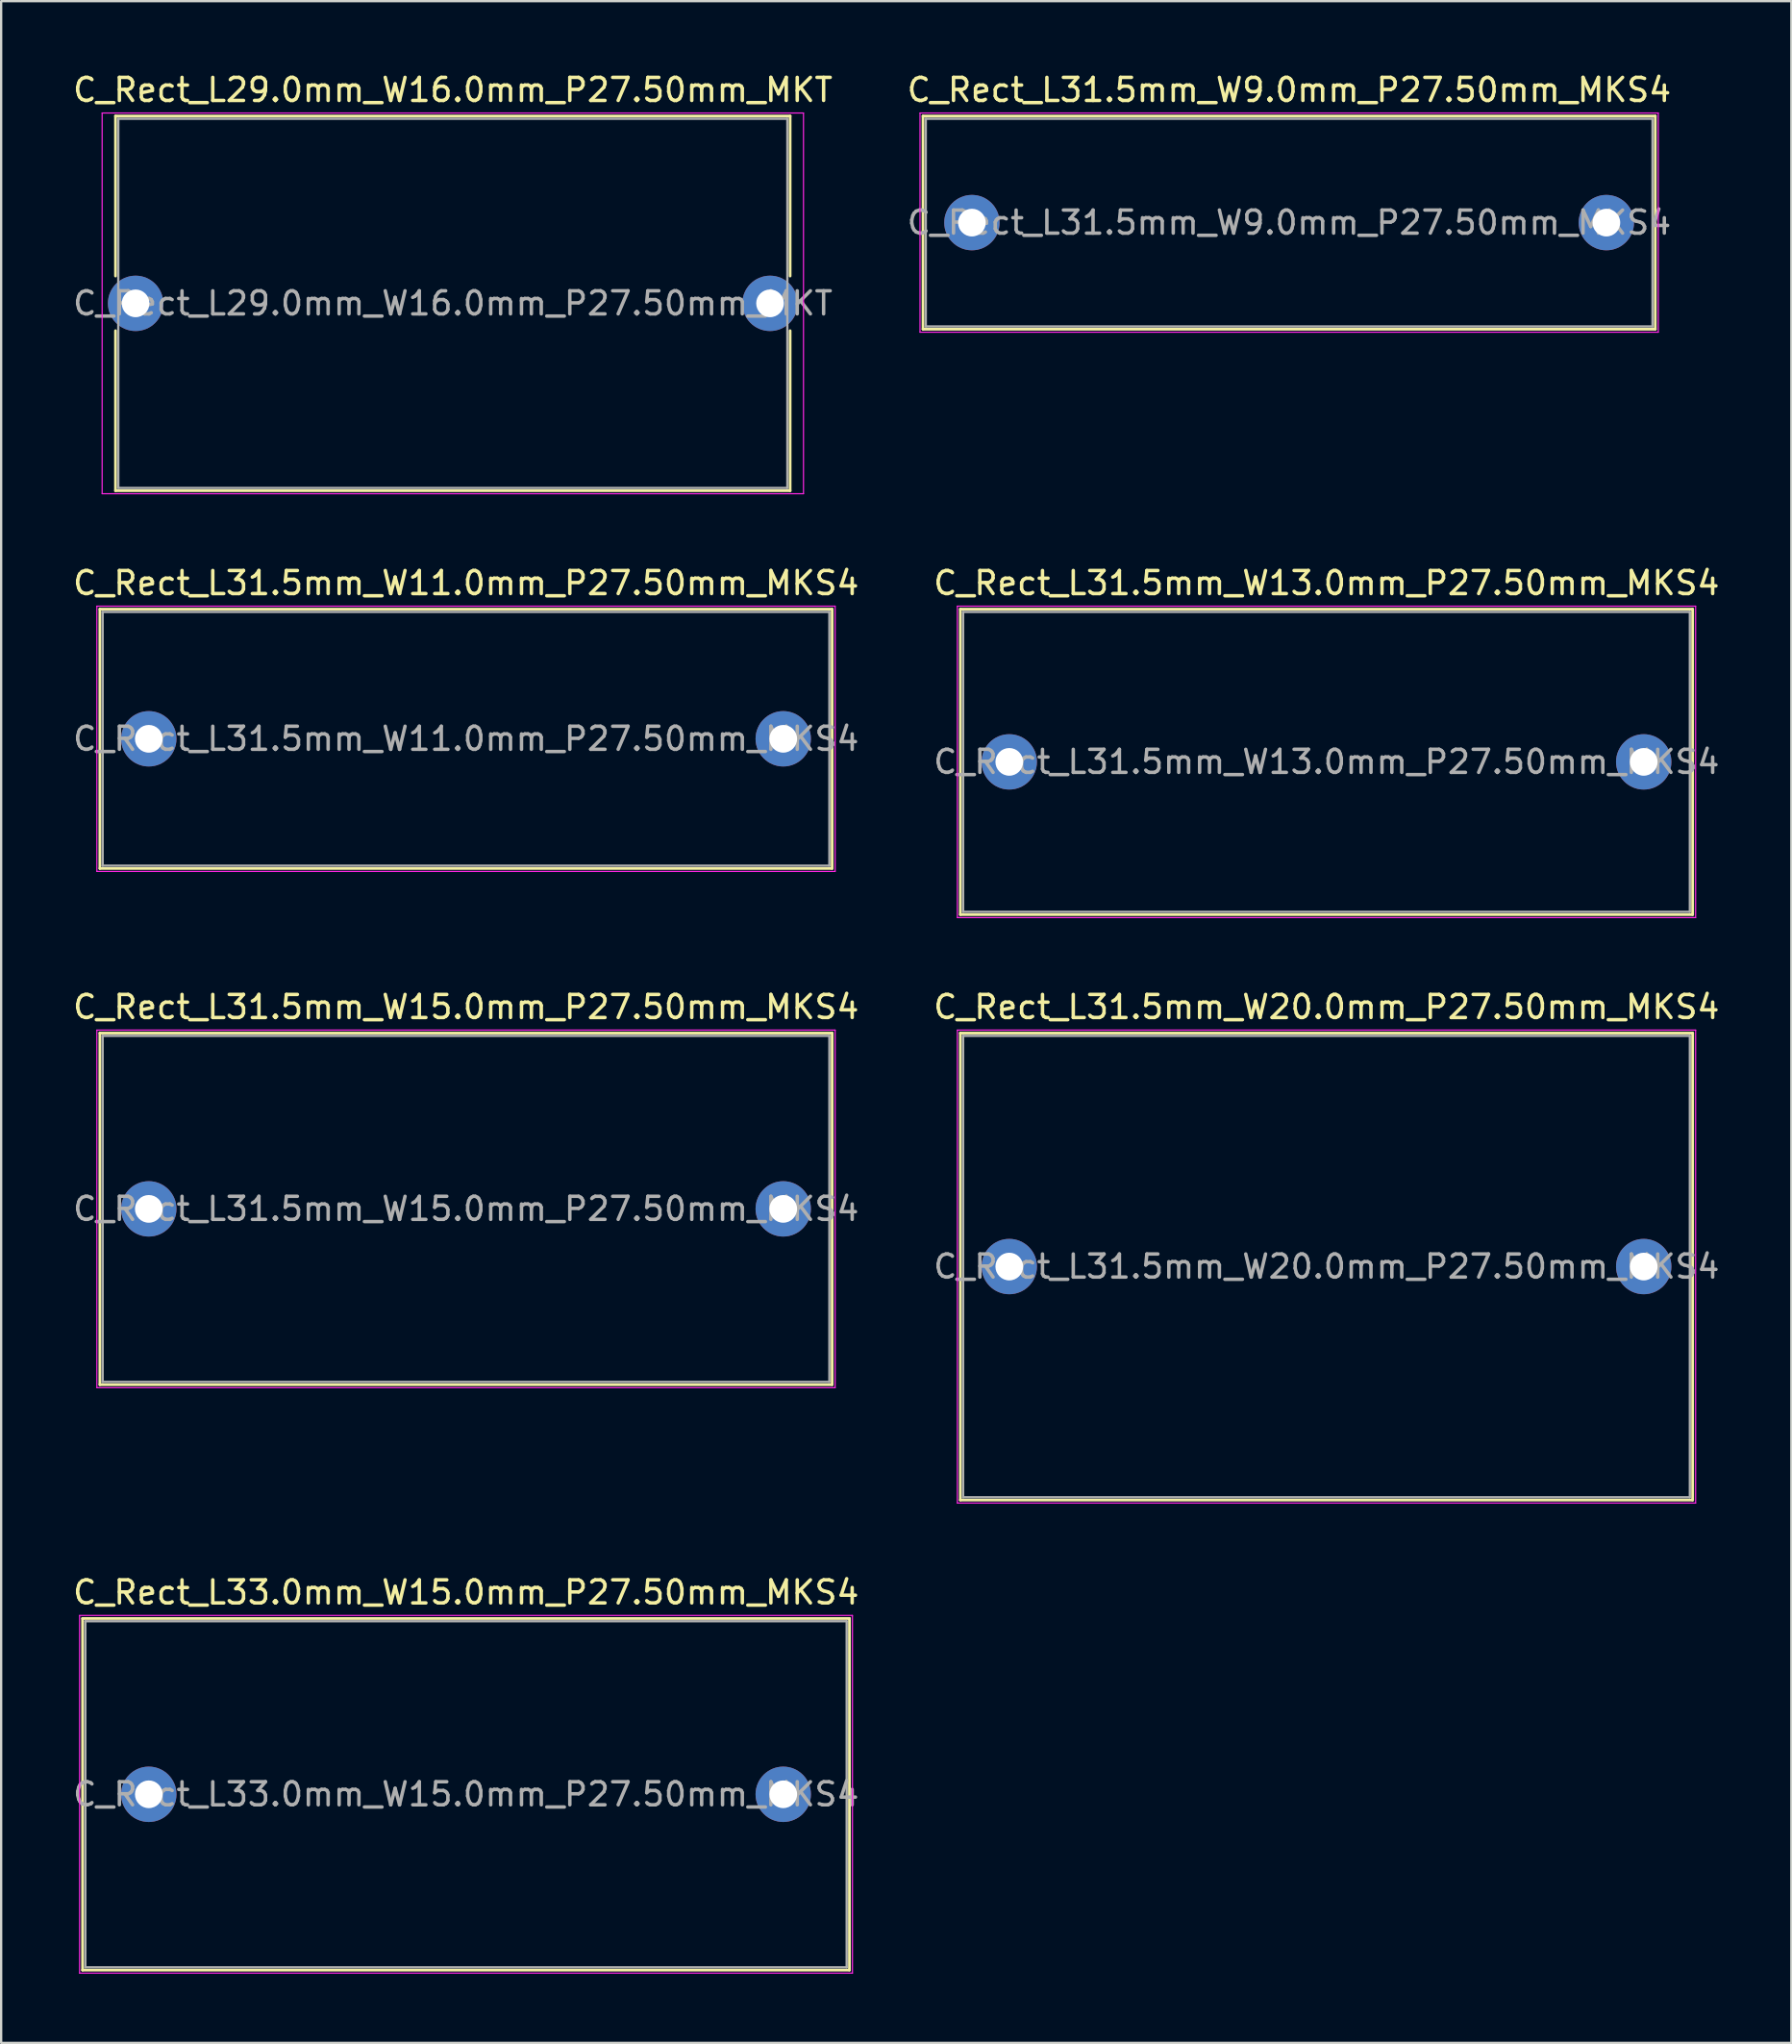
<source format=kicad_pcb>
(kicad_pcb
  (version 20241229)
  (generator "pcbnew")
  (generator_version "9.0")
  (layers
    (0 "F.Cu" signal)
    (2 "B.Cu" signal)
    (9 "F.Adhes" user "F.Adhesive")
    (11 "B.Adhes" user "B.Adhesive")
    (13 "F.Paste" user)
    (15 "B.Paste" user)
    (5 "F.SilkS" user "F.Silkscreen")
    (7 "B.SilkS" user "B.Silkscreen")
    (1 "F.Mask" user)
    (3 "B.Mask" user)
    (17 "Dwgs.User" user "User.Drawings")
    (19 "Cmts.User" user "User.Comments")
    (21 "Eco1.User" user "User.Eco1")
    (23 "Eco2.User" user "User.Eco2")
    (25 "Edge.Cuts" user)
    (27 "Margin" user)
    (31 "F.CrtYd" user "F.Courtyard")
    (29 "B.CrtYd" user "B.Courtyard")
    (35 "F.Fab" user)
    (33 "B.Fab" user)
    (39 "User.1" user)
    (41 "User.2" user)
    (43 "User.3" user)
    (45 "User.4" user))
  (footprint "C_Rect_L31.5mm_W20.0mm_P27.50mm_MKS4"
    (layer "F.Cu")
    (at 40.696 51.845)
    (property "Reference" "C_Rect_L31.5mm_W20.0mm_P27.50mm_MKS4" (at 13.75 -11.25 0) (layer "F.SilkS") (effects (font (size 1 1) (thickness 0.15))))
    (attr through_hole)
    (fp_line (start -2.12 -10.12) (end -2.12 10.12) (stroke (width 0.12) (type solid)) (layer "F.SilkS"))
    (fp_line (start -2.12 -10.12) (end 29.62 -10.12) (stroke (width 0.12) (type solid)) (layer "F.SilkS"))
    (fp_line (start -2.12 10.12) (end 29.62 10.12) (stroke (width 0.12) (type solid)) (layer "F.SilkS"))
    (fp_line (start 29.62 -10.12) (end 29.62 10.12) (stroke (width 0.12) (type solid)) (layer "F.SilkS"))
    (fp_line (start -2.25 -10.25) (end -2.25 10.25) (stroke (width 0.05) (type solid)) (layer "F.CrtYd"))
    (fp_line (start -2.25 10.25) (end 29.75 10.25) (stroke (width 0.05) (type solid)) (layer "F.CrtYd"))
    (fp_line (start 29.75 -10.25) (end -2.25 -10.25) (stroke (width 0.05) (type solid)) (layer "F.CrtYd"))
    (fp_line (start 29.75 10.25) (end 29.75 -10.25) (stroke (width 0.05) (type solid)) (layer "F.CrtYd"))
    (fp_line (start -2 -10) (end -2 10) (stroke (width 0.1) (type solid)) (layer "F.Fab"))
    (fp_line (start -2 10) (end 29.5 10) (stroke (width 0.1) (type solid)) (layer "F.Fab"))
    (fp_line (start 29.5 -10) (end -2 -10) (stroke (width 0.1) (type solid)) (layer "F.Fab"))
    (fp_line (start 29.5 10) (end 29.5 -10) (stroke (width 0.1) (type solid)) (layer "F.Fab"))
    (fp_text user "${REFERENCE}" (at 13.75 0 0) (layer "F.Fab") (effects (font (size 1 1) (thickness 0.15))))
    (pad "1" thru_hole circle (at 0 0) (size 2.4 2.4) (drill 1.2) (layers "*.Cu" "*.Mask"))
    (pad "2" thru_hole circle (at 27.5 0) (size 2.4 2.4) (drill 1.2) (layers "*.Cu" "*.Mask")))
  (footprint "C_Rect_L31.5mm_W15.0mm_P27.50mm_MKS4"
    (layer "F.Cu")
    (at 3.399 49.345)
    (property "Reference" "C_Rect_L31.5mm_W15.0mm_P27.50mm_MKS4" (at 13.75 -8.75 0) (layer "F.SilkS") (effects (font (size 1 1) (thickness 0.15))))
    (attr through_hole)
    (fp_line (start -2.12 -7.62) (end -2.12 7.62) (stroke (width 0.12) (type solid)) (layer "F.SilkS"))
    (fp_line (start -2.12 -7.62) (end 29.62 -7.62) (stroke (width 0.12) (type solid)) (layer "F.SilkS"))
    (fp_line (start -2.12 7.62) (end 29.62 7.62) (stroke (width 0.12) (type solid)) (layer "F.SilkS"))
    (fp_line (start 29.62 -7.62) (end 29.62 7.62) (stroke (width 0.12) (type solid)) (layer "F.SilkS"))
    (fp_line (start -2.25 -7.75) (end -2.25 7.75) (stroke (width 0.05) (type solid)) (layer "F.CrtYd"))
    (fp_line (start -2.25 7.75) (end 29.75 7.75) (stroke (width 0.05) (type solid)) (layer "F.CrtYd"))
    (fp_line (start 29.75 -7.75) (end -2.25 -7.75) (stroke (width 0.05) (type solid)) (layer "F.CrtYd"))
    (fp_line (start 29.75 7.75) (end 29.75 -7.75) (stroke (width 0.05) (type solid)) (layer "F.CrtYd"))
    (fp_line (start -2 -7.5) (end -2 7.5) (stroke (width 0.1) (type solid)) (layer "F.Fab"))
    (fp_line (start -2 7.5) (end 29.5 7.5) (stroke (width 0.1) (type solid)) (layer "F.Fab"))
    (fp_line (start 29.5 -7.5) (end -2 -7.5) (stroke (width 0.1) (type solid)) (layer "F.Fab"))
    (fp_line (start 29.5 7.5) (end 29.5 -7.5) (stroke (width 0.1) (type solid)) (layer "F.Fab"))
    (fp_text user "${REFERENCE}" (at 13.75 0 0) (layer "F.Fab") (effects (font (size 1 1) (thickness 0.15))))
    (pad "1" thru_hole circle (at 0 0) (size 2.4 2.4) (drill 1.2) (layers "*.Cu" "*.Mask"))
    (pad "2" thru_hole circle (at 27.5 0) (size 2.4 2.4) (drill 1.2) (layers "*.Cu" "*.Mask")))
  (footprint "C_Rect_L31.5mm_W13.0mm_P27.50mm_MKS4"
    (layer "F.Cu")
    (at 40.696 29.971)
    (property "Reference" "C_Rect_L31.5mm_W13.0mm_P27.50mm_MKS4" (at 13.75 -7.75 0) (layer "F.SilkS") (effects (font (size 1 1) (thickness 0.15))))
    (attr through_hole)
    (fp_line (start -2.12 -6.62) (end -2.12 6.62) (stroke (width 0.12) (type solid)) (layer "F.SilkS"))
    (fp_line (start -2.12 -6.62) (end 29.62 -6.62) (stroke (width 0.12) (type solid)) (layer "F.SilkS"))
    (fp_line (start -2.12 6.62) (end 29.62 6.62) (stroke (width 0.12) (type solid)) (layer "F.SilkS"))
    (fp_line (start 29.62 -6.62) (end 29.62 6.62) (stroke (width 0.12) (type solid)) (layer "F.SilkS"))
    (fp_line (start -2.25 -6.75) (end -2.25 6.75) (stroke (width 0.05) (type solid)) (layer "F.CrtYd"))
    (fp_line (start -2.25 6.75) (end 29.75 6.75) (stroke (width 0.05) (type solid)) (layer "F.CrtYd"))
    (fp_line (start 29.75 -6.75) (end -2.25 -6.75) (stroke (width 0.05) (type solid)) (layer "F.CrtYd"))
    (fp_line (start 29.75 6.75) (end 29.75 -6.75) (stroke (width 0.05) (type solid)) (layer "F.CrtYd"))
    (fp_line (start -2 -6.5) (end -2 6.5) (stroke (width 0.1) (type solid)) (layer "F.Fab"))
    (fp_line (start -2 6.5) (end 29.5 6.5) (stroke (width 0.1) (type solid)) (layer "F.Fab"))
    (fp_line (start 29.5 -6.5) (end -2 -6.5) (stroke (width 0.1) (type solid)) (layer "F.Fab"))
    (fp_line (start 29.5 6.5) (end 29.5 -6.5) (stroke (width 0.1) (type solid)) (layer "F.Fab"))
    (fp_text user "${REFERENCE}" (at 13.75 0 0) (layer "F.Fab") (effects (font (size 1 1) (thickness 0.15))))
    (pad "1" thru_hole circle (at 0 0) (size 2.4 2.4) (drill 1.2) (layers "*.Cu" "*.Mask"))
    (pad "2" thru_hole circle (at 27.5 0) (size 2.4 2.4) (drill 1.2) (layers "*.Cu" "*.Mask")))
  (footprint "C_Rect_L31.5mm_W9.0mm_P27.50mm_MKS4"
    (layer "F.Cu")
    (at 39.077 6.598)
    (property "Reference" "C_Rect_L31.5mm_W9.0mm_P27.50mm_MKS4" (at 13.75 -5.75 0) (layer "F.SilkS") (effects (font (size 1 1) (thickness 0.15))))
    (attr through_hole)
    (fp_line (start -2.12 -4.62) (end -2.12 4.62) (stroke (width 0.12) (type solid)) (layer "F.SilkS"))
    (fp_line (start -2.12 -4.62) (end 29.62 -4.62) (stroke (width 0.12) (type solid)) (layer "F.SilkS"))
    (fp_line (start -2.12 4.62) (end 29.62 4.62) (stroke (width 0.12) (type solid)) (layer "F.SilkS"))
    (fp_line (start 29.62 -4.62) (end 29.62 4.62) (stroke (width 0.12) (type solid)) (layer "F.SilkS"))
    (fp_line (start -2.25 -4.75) (end -2.25 4.75) (stroke (width 0.05) (type solid)) (layer "F.CrtYd"))
    (fp_line (start -2.25 4.75) (end 29.75 4.75) (stroke (width 0.05) (type solid)) (layer "F.CrtYd"))
    (fp_line (start 29.75 -4.75) (end -2.25 -4.75) (stroke (width 0.05) (type solid)) (layer "F.CrtYd"))
    (fp_line (start 29.75 4.75) (end 29.75 -4.75) (stroke (width 0.05) (type solid)) (layer "F.CrtYd"))
    (fp_line (start -2 -4.5) (end -2 4.5) (stroke (width 0.1) (type solid)) (layer "F.Fab"))
    (fp_line (start -2 4.5) (end 29.5 4.5) (stroke (width 0.1) (type solid)) (layer "F.Fab"))
    (fp_line (start 29.5 -4.5) (end -2 -4.5) (stroke (width 0.1) (type solid)) (layer "F.Fab"))
    (fp_line (start 29.5 4.5) (end 29.5 -4.5) (stroke (width 0.1) (type solid)) (layer "F.Fab"))
    (fp_text user "${REFERENCE}" (at 13.75 0 0) (layer "F.Fab") (effects (font (size 1 1) (thickness 0.15))))
    (pad "1" thru_hole circle (at 0 0) (size 2.4 2.4) (drill 1.2) (layers "*.Cu" "*.Mask"))
    (pad "2" thru_hole circle (at 27.5 0) (size 2.4 2.4) (drill 1.2) (layers "*.Cu" "*.Mask")))
  (footprint "C_Rect_L31.5mm_W11.0mm_P27.50mm_MKS4"
    (layer "F.Cu")
    (at 3.399 28.971)
    (property "Reference" "C_Rect_L31.5mm_W11.0mm_P27.50mm_MKS4" (at 13.75 -6.75 0) (layer "F.SilkS") (effects (font (size 1 1) (thickness 0.15))))
    (attr through_hole)
    (fp_line (start -2.12 -5.62) (end -2.12 5.62) (stroke (width 0.12) (type solid)) (layer "F.SilkS"))
    (fp_line (start -2.12 -5.62) (end 29.62 -5.62) (stroke (width 0.12) (type solid)) (layer "F.SilkS"))
    (fp_line (start -2.12 5.62) (end 29.62 5.62) (stroke (width 0.12) (type solid)) (layer "F.SilkS"))
    (fp_line (start 29.62 -5.62) (end 29.62 5.62) (stroke (width 0.12) (type solid)) (layer "F.SilkS"))
    (fp_line (start -2.25 -5.75) (end -2.25 5.75) (stroke (width 0.05) (type solid)) (layer "F.CrtYd"))
    (fp_line (start -2.25 5.75) (end 29.75 5.75) (stroke (width 0.05) (type solid)) (layer "F.CrtYd"))
    (fp_line (start 29.75 -5.75) (end -2.25 -5.75) (stroke (width 0.05) (type solid)) (layer "F.CrtYd"))
    (fp_line (start 29.75 5.75) (end 29.75 -5.75) (stroke (width 0.05) (type solid)) (layer "F.CrtYd"))
    (fp_line (start -2 -5.5) (end -2 5.5) (stroke (width 0.1) (type solid)) (layer "F.Fab"))
    (fp_line (start -2 5.5) (end 29.5 5.5) (stroke (width 0.1) (type solid)) (layer "F.Fab"))
    (fp_line (start 29.5 -5.5) (end -2 -5.5) (stroke (width 0.1) (type solid)) (layer "F.Fab"))
    (fp_line (start 29.5 5.5) (end 29.5 -5.5) (stroke (width 0.1) (type solid)) (layer "F.Fab"))
    (fp_text user "${REFERENCE}" (at 13.75 0 0) (layer "F.Fab") (effects (font (size 1 1) (thickness 0.15))))
    (pad "1" thru_hole circle (at 0 0) (size 2.4 2.4) (drill 1.2) (layers "*.Cu" "*.Mask"))
    (pad "2" thru_hole circle (at 27.5 0) (size 2.4 2.4) (drill 1.2) (layers "*.Cu" "*.Mask")))
  (footprint "C_Rect_L29.0mm_W16.0mm_P27.50mm_MKT"
    (layer "F.Cu")
    (at 2.827 10.098)
    (property "Reference" "C_Rect_L29.0mm_W16.0mm_P27.50mm_MKT" (at 13.75 -9.25 0) (layer "F.SilkS") (effects (font (size 1 1) (thickness 0.15))))
    (attr through_hole)
    (fp_line (start -0.87 -8.12) (end -0.87 -1.185) (stroke (width 0.12) (type solid)) (layer "F.SilkS"))
    (fp_line (start -0.87 -8.12) (end 28.37 -8.12) (stroke (width 0.12) (type solid)) (layer "F.SilkS"))
    (fp_line (start -0.87 1.185) (end -0.87 8.12) (stroke (width 0.12) (type solid)) (layer "F.SilkS"))
    (fp_line (start -0.87 8.12) (end 28.37 8.12) (stroke (width 0.12) (type solid)) (layer "F.SilkS"))
    (fp_line (start 28.37 -8.12) (end 28.37 -1.185) (stroke (width 0.12) (type solid)) (layer "F.SilkS"))
    (fp_line (start 28.37 1.185) (end 28.37 8.12) (stroke (width 0.12) (type solid)) (layer "F.SilkS"))
    (fp_line (start -1.45 -8.25) (end -1.45 8.25) (stroke (width 0.05) (type solid)) (layer "F.CrtYd"))
    (fp_line (start -1.45 8.25) (end 28.95 8.25) (stroke (width 0.05) (type solid)) (layer "F.CrtYd"))
    (fp_line (start 28.95 -8.25) (end -1.45 -8.25) (stroke (width 0.05) (type solid)) (layer "F.CrtYd"))
    (fp_line (start 28.95 8.25) (end 28.95 -8.25) (stroke (width 0.05) (type solid)) (layer "F.CrtYd"))
    (fp_line (start -0.75 -8) (end -0.75 8) (stroke (width 0.1) (type solid)) (layer "F.Fab"))
    (fp_line (start -0.75 8) (end 28.25 8) (stroke (width 0.1) (type solid)) (layer "F.Fab"))
    (fp_line (start 28.25 -8) (end -0.75 -8) (stroke (width 0.1) (type solid)) (layer "F.Fab"))
    (fp_line (start 28.25 8) (end 28.25 -8) (stroke (width 0.1) (type solid)) (layer "F.Fab"))
    (fp_text user "${REFERENCE}" (at 13.75 0 0) (layer "F.Fab") (effects (font (size 1 1) (thickness 0.15))))
    (pad "1" thru_hole circle (at 0 0) (size 2.4 2.4) (drill 1.2) (layers "*.Cu" "*.Mask"))
    (pad "2" thru_hole circle (at 27.5 0) (size 2.4 2.4) (drill 1.2) (layers "*.Cu" "*.Mask")))
  (footprint "C_Rect_L33.0mm_W15.0mm_P27.50mm_MKS4"
    (layer "F.Cu")
    (at 3.399 74.718)
    (property "Reference" "C_Rect_L33.0mm_W15.0mm_P27.50mm_MKS4" (at 13.75 -8.75 0) (layer "F.SilkS") (effects (font (size 1 1) (thickness 0.15))))
    (attr through_hole)
    (fp_line (start -2.87 -7.62) (end -2.87 7.62) (stroke (width 0.12) (type solid)) (layer "F.SilkS"))
    (fp_line (start -2.87 -7.62) (end 30.37 -7.62) (stroke (width 0.12) (type solid)) (layer "F.SilkS"))
    (fp_line (start -2.87 7.62) (end 30.37 7.62) (stroke (width 0.12) (type solid)) (layer "F.SilkS"))
    (fp_line (start 30.37 -7.62) (end 30.37 7.62) (stroke (width 0.12) (type solid)) (layer "F.SilkS"))
    (fp_line (start -3 -7.75) (end -3 7.75) (stroke (width 0.05) (type solid)) (layer "F.CrtYd"))
    (fp_line (start -3 7.75) (end 30.5 7.75) (stroke (width 0.05) (type solid)) (layer "F.CrtYd"))
    (fp_line (start 30.5 -7.75) (end -3 -7.75) (stroke (width 0.05) (type solid)) (layer "F.CrtYd"))
    (fp_line (start 30.5 7.75) (end 30.5 -7.75) (stroke (width 0.05) (type solid)) (layer "F.CrtYd"))
    (fp_line (start -2.75 -7.5) (end -2.75 7.5) (stroke (width 0.1) (type solid)) (layer "F.Fab"))
    (fp_line (start -2.75 7.5) (end 30.25 7.5) (stroke (width 0.1) (type solid)) (layer "F.Fab"))
    (fp_line (start 30.25 -7.5) (end -2.75 -7.5) (stroke (width 0.1) (type solid)) (layer "F.Fab"))
    (fp_line (start 30.25 7.5) (end 30.25 -7.5) (stroke (width 0.1) (type solid)) (layer "F.Fab"))
    (fp_text user "${REFERENCE}" (at 13.75 0 0) (layer "F.Fab") (effects (font (size 1 1) (thickness 0.15))))
    (pad "1" thru_hole circle (at 0 0) (size 2.4 2.4) (drill 1.2) (layers "*.Cu" "*.Mask"))
    (pad "2" thru_hole circle (at 27.5 0) (size 2.4 2.4) (drill 1.2) (layers "*.Cu" "*.Mask")))
  (gr_rect
    (start -3 -3)
    (end 74.595 85.493)
    (stroke (width 0.1) (type default))
    (fill no)
    (layer "Edge.Cuts")))
</source>
